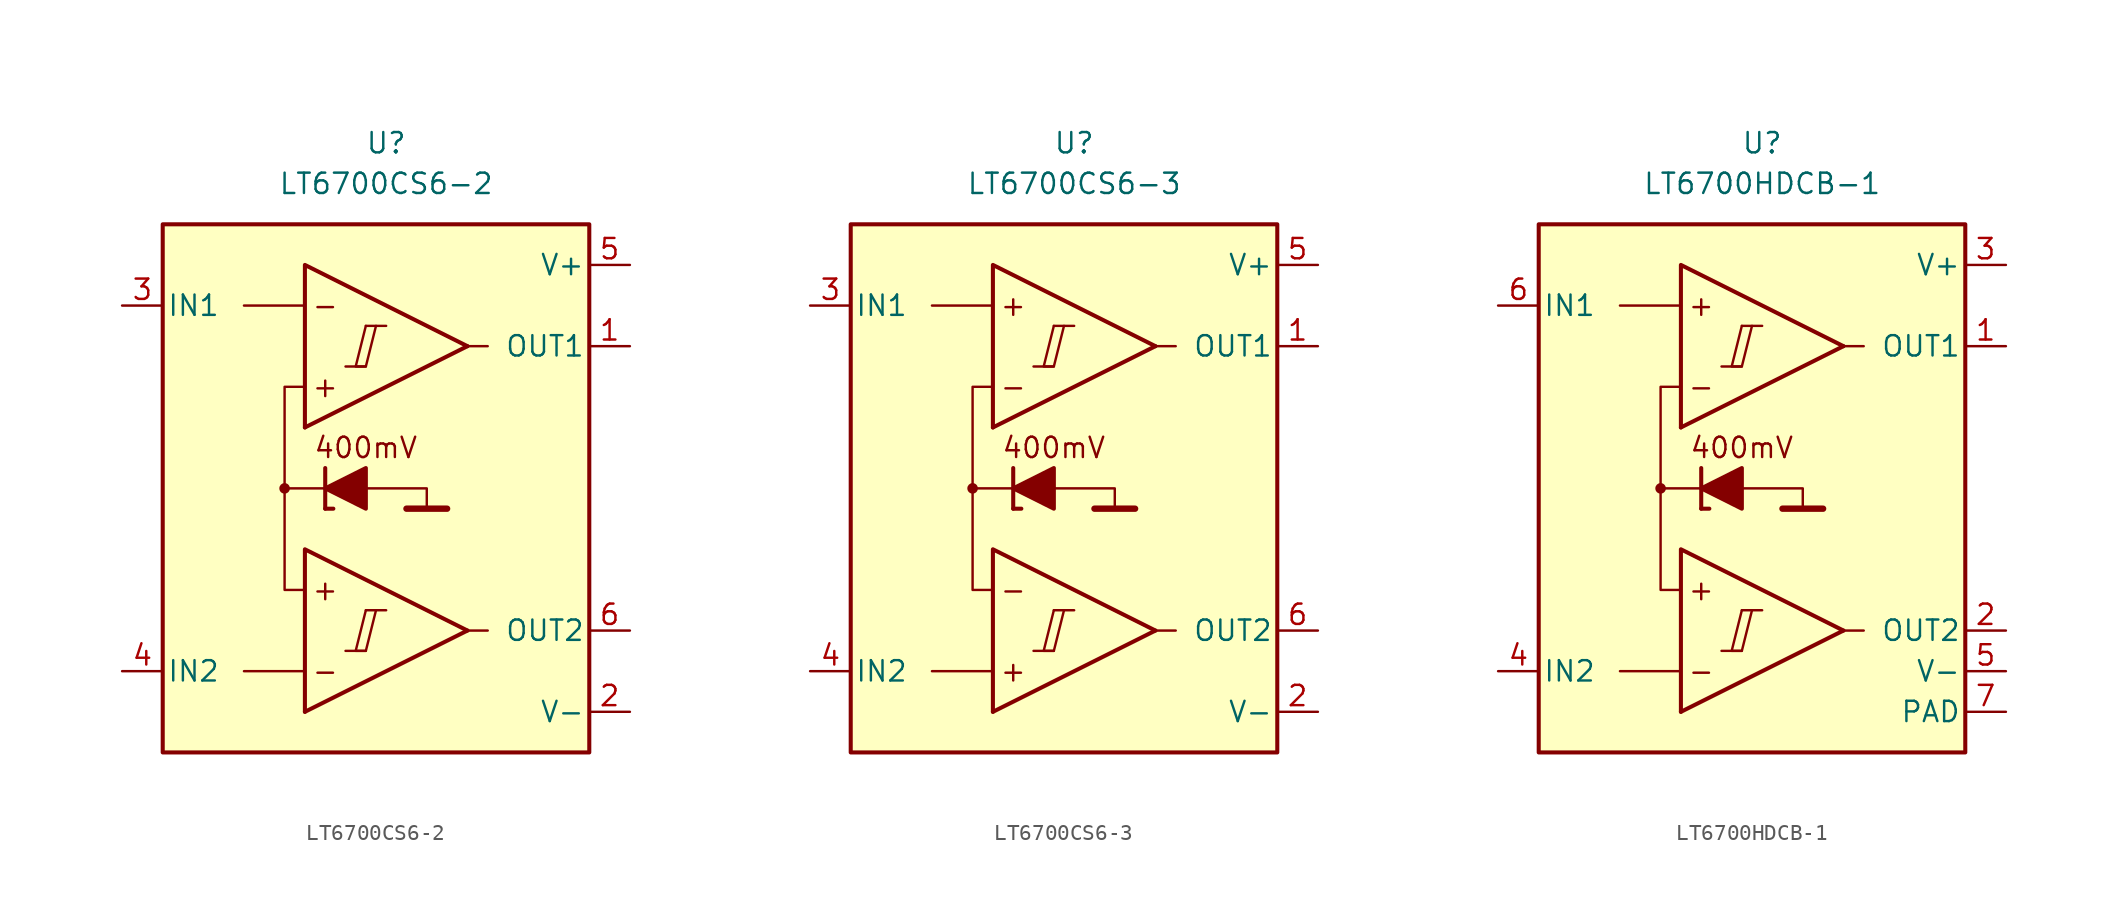
<source format=kicad_sym>
(kicad_symbol_lib
  (version 20231120)
  (generator "kicad_symbol_editor")
  (generator_version "8.0")
  (symbol "LT6700CS6-2"
    (pin_names
      (offset 0.254))
    (property "Reference" "U"
      (at 0 22.86 0)
      (effects (font (size 1.27 1.27))))
    (property "Value" "LT6700CS6-2"
      (at 0 20.32 0)
      (effects (font (size 1.27 1.27))))
    (symbol "LT6700CS6-2_0_0"
      (rectangle (start -13.97 17.78) (end 12.7 -15.24) (stroke (width 0.254) (type default)) (fill (type background)))
      (circle (center -6.35 1.27) (radius 0.254) (stroke (width 0.152) (type default)) (fill (type outline)))
      (polyline (pts (xy -2.54 -8.89) (xy -1.27 -8.89)) (stroke (width 0.152) (type default)) (fill (type none)))
      (polyline (pts (xy -2.54 8.89) (xy -1.27 8.89)) (stroke (width 0.152) (type default)) (fill (type none)))
      (polyline (pts (xy -1.27 -6.35) (xy 0 -6.35)) (stroke (width 0.152) (type default)) (fill (type none)))
      (polyline (pts (xy -1.27 11.43) (xy 0 11.43)) (stroke (width 0.152) (type default)) (fill (type none)))
      (polyline (pts (xy 5.08 -7.62) (xy -5.08 -12.7)) (stroke (width 0.254) (type default)) (fill (type none)))
      (polyline (pts (xy 5.08 10.16) (xy -5.08 5.08)) (stroke (width 0.254) (type default)) (fill (type none)))
      (polyline (pts (xy 5.08 -7.62) (xy -5.08 -2.54) (xy -5.08 -12.7)) (stroke (width 0.254) (type default)) (fill (type background)))
      (polyline (pts (xy 5.08 10.16) (xy -5.08 15.24) (xy -5.08 5.08)) (stroke (width 0.254) (type default)) (fill (type background)))
      (polyline (pts (xy -1.27 -6.35) (xy -1.905 -8.89) (xy -1.27 -8.89) (xy -0.635 -6.35)) (stroke (width 0.152) (type default)) (fill (type none)))
      (polyline (pts (xy -1.27 11.43) (xy -1.905 8.89) (xy -1.27 8.89) (xy -0.635 11.43)) (stroke (width 0.152) (type default)) (fill (type none)))
      (text "+" (at -3.81 -5.08 0) (effects (font (size 1.27 1.27))))
      (text "+" (at -3.81 7.62 0) (effects (font (size 1.27 1.27))))
      (text "-" (at -3.81 -10.16 0) (effects (font (size 1.27 1.27))))
      (text "-" (at -3.81 12.7 0) (effects (font (size 1.27 1.27)))))
    (symbol "LT6700CS6-2_0_1"
      (polyline (pts (xy -5.08 -10.16) (xy -8.89 -10.16)) (stroke (width 0) (type default)) (fill (type none)))
      (polyline (pts (xy -5.08 12.7) (xy -8.89 12.7)) (stroke (width 0) (type default)) (fill (type none)))
      (polyline (pts (xy -3.81 0) (xy -3.81 2.54)) (stroke (width 0.254) (type default)) (fill (type none)))
      (polyline (pts (xy -3.81 0) (xy -3.302 0)) (stroke (width 0.254) (type default)) (fill (type none)))
      (polyline (pts (xy -3.81 1.27) (xy -6.35 1.27)) (stroke (width 0.152) (type default)) (fill (type none)))
      (polyline (pts (xy 1.27 0) (xy 3.81 0)) (stroke (width 0.4) (type default)) (fill (type none)))
      (polyline (pts (xy 5.08 -7.62) (xy 6.35 -7.62)) (stroke (width 0) (type default)) (fill (type none)))
      (polyline (pts (xy 5.08 10.16) (xy 6.35 10.16)) (stroke (width 0) (type default)) (fill (type none)))
      (polyline (pts (xy -1.27 1.27) (xy 2.54 1.27) (xy 2.54 0)) (stroke (width 0.152) (type default)) (fill (type none)))
      (polyline (pts (xy -5.08 -5.08) (xy -6.35 -5.08) (xy -6.35 7.62) (xy -5.08 7.62)) (stroke (width 0.152) (type default)) (fill (type none)))
      (polyline (pts (xy -1.27 2.54) (xy -1.27 0) (xy -3.81 1.27) (xy -1.27 2.54)) (stroke (width 0.254) (type default)) (fill (type outline))))
    (symbol "LT6700CS6-2_1_0"
      (text "400mV" (at -1.27 3.81 0) (effects (font (size 1.27 1.27)))))
    (symbol "LT6700CS6-2_1_1"
      (pin output line (at 15.24 10.16 180) (length 2.54) (name "OUT1" (effects (font (size 1.27 1.27)))) (number "1" (effects (font (size 1.27 1.27)))))
      (pin power_in line (at 15.24 -12.7 180) (length 2.54) (name "V-" (effects (font (size 1.27 1.27)))) (number "2" (effects (font (size 1.27 1.27)))))
      (pin input line (at -16.51 12.7 0) (length 2.54) (name "IN1" (effects (font (size 1.27 1.27)))) (number "3" (effects (font (size 1.27 1.27)))))
      (pin input line (at -16.51 -10.16 0) (length 2.54) (name "IN2" (effects (font (size 1.27 1.27)))) (number "4" (effects (font (size 1.27 1.27)))))
      (pin power_in line (at 15.24 15.24 180) (length 2.54) (name "V+" (effects (font (size 1.27 1.27)))) (number "5" (effects (font (size 1.27 1.27)))))
      (pin output line (at 15.24 -7.62 180) (length 2.54) (name "OUT2" (effects (font (size 1.27 1.27)))) (number "6" (effects (font (size 1.27 1.27)))))))
  (symbol "LT6700CS6-3"
    (pin_names
      (offset 0.254))
    (property "Reference" "U"
      (at 0 22.86 0)
      (effects (font (size 1.27 1.27))))
    (property "Value" "LT6700CS6-3"
      (at 0 20.32 0)
      (effects (font (size 1.27 1.27))))
    (symbol "LT6700CS6-3_0_0"
      (rectangle (start -13.97 17.78) (end 12.7 -15.24) (stroke (width 0.254) (type default)) (fill (type background)))
      (circle (center -6.35 1.27) (radius 0.254) (stroke (width 0.152) (type default)) (fill (type outline)))
      (polyline (pts (xy -2.54 -8.89) (xy -1.27 -8.89)) (stroke (width 0.152) (type default)) (fill (type none)))
      (polyline (pts (xy -2.54 8.89) (xy -1.27 8.89)) (stroke (width 0.152) (type default)) (fill (type none)))
      (polyline (pts (xy -1.27 -6.35) (xy 0 -6.35)) (stroke (width 0.152) (type default)) (fill (type none)))
      (polyline (pts (xy -1.27 11.43) (xy 0 11.43)) (stroke (width 0.152) (type default)) (fill (type none)))
      (polyline (pts (xy 5.08 -7.62) (xy -5.08 -12.7)) (stroke (width 0.254) (type default)) (fill (type none)))
      (polyline (pts (xy 5.08 10.16) (xy -5.08 5.08)) (stroke (width 0.254) (type default)) (fill (type none)))
      (polyline (pts (xy 5.08 -7.62) (xy -5.08 -2.54) (xy -5.08 -12.7)) (stroke (width 0.254) (type default)) (fill (type background)))
      (polyline (pts (xy 5.08 10.16) (xy -5.08 15.24) (xy -5.08 5.08)) (stroke (width 0.254) (type default)) (fill (type background)))
      (polyline (pts (xy -1.27 -6.35) (xy -1.905 -8.89) (xy -1.27 -8.89) (xy -0.635 -6.35)) (stroke (width 0.152) (type default)) (fill (type none)))
      (polyline (pts (xy -1.27 11.43) (xy -1.905 8.89) (xy -1.27 8.89) (xy -0.635 11.43)) (stroke (width 0.152) (type default)) (fill (type none)))
      (text "+" (at -3.81 -10.16 0) (effects (font (size 1.27 1.27))))
      (text "+" (at -3.81 12.7 0) (effects (font (size 1.27 1.27))))
      (text "-" (at -3.81 -5.08 0) (effects (font (size 1.27 1.27))))
      (text "-" (at -3.81 7.62 0) (effects (font (size 1.27 1.27)))))
    (symbol "LT6700CS6-3_0_1"
      (polyline (pts (xy -5.08 -10.16) (xy -8.89 -10.16)) (stroke (width 0) (type default)) (fill (type none)))
      (polyline (pts (xy -5.08 12.7) (xy -8.89 12.7)) (stroke (width 0) (type default)) (fill (type none)))
      (polyline (pts (xy -3.81 0) (xy -3.81 2.54)) (stroke (width 0.254) (type default)) (fill (type none)))
      (polyline (pts (xy -3.81 0) (xy -3.302 0)) (stroke (width 0.254) (type default)) (fill (type none)))
      (polyline (pts (xy -3.81 1.27) (xy -6.35 1.27)) (stroke (width 0.152) (type default)) (fill (type none)))
      (polyline (pts (xy 1.27 0) (xy 3.81 0)) (stroke (width 0.4) (type default)) (fill (type none)))
      (polyline (pts (xy 5.08 -7.62) (xy 6.35 -7.62)) (stroke (width 0) (type default)) (fill (type none)))
      (polyline (pts (xy 5.08 10.16) (xy 6.35 10.16)) (stroke (width 0) (type default)) (fill (type none)))
      (polyline (pts (xy -1.27 1.27) (xy 2.54 1.27) (xy 2.54 0)) (stroke (width 0.152) (type default)) (fill (type none)))
      (polyline (pts (xy -5.08 -5.08) (xy -6.35 -5.08) (xy -6.35 7.62) (xy -5.08 7.62)) (stroke (width 0.152) (type default)) (fill (type none)))
      (polyline (pts (xy -1.27 2.54) (xy -1.27 0) (xy -3.81 1.27) (xy -1.27 2.54)) (stroke (width 0.254) (type default)) (fill (type outline))))
    (symbol "LT6700CS6-3_1_0"
      (text "400mV" (at -1.27 3.81 0) (effects (font (size 1.27 1.27)))))
    (symbol "LT6700CS6-3_1_1"
      (pin output line (at 15.24 10.16 180) (length 2.54) (name "OUT1" (effects (font (size 1.27 1.27)))) (number "1" (effects (font (size 1.27 1.27)))))
      (pin power_in line (at 15.24 -12.7 180) (length 2.54) (name "V-" (effects (font (size 1.27 1.27)))) (number "2" (effects (font (size 1.27 1.27)))))
      (pin input line (at -16.51 12.7 0) (length 2.54) (name "IN1" (effects (font (size 1.27 1.27)))) (number "3" (effects (font (size 1.27 1.27)))))
      (pin input line (at -16.51 -10.16 0) (length 2.54) (name "IN2" (effects (font (size 1.27 1.27)))) (number "4" (effects (font (size 1.27 1.27)))))
      (pin power_in line (at 15.24 15.24 180) (length 2.54) (name "V+" (effects (font (size 1.27 1.27)))) (number "5" (effects (font (size 1.27 1.27)))))
      (pin output line (at 15.24 -7.62 180) (length 2.54) (name "OUT2" (effects (font (size 1.27 1.27)))) (number "6" (effects (font (size 1.27 1.27)))))))
  (symbol "LT6700HDCB-1"
    (pin_names
      (offset 0.254))
    (property "Reference" "U"
      (at 0 22.86 0)
      (effects (font (size 1.27 1.27))))
    (property "Value" "LT6700HDCB-1"
      (at 0 20.32 0)
      (effects (font (size 1.27 1.27))))
    (symbol "LT6700HDCB-1_0_0"
      (rectangle (start -13.97 17.78) (end 12.7 -15.24) (stroke (width 0.254) (type default)) (fill (type background)))
      (circle (center -6.35 1.27) (radius 0.254) (stroke (width 0.152) (type default)) (fill (type outline)))
      (polyline (pts (xy -2.54 -8.89) (xy -1.27 -8.89)) (stroke (width 0.152) (type default)) (fill (type none)))
      (polyline (pts (xy -2.54 8.89) (xy -1.27 8.89)) (stroke (width 0.152) (type default)) (fill (type none)))
      (polyline (pts (xy -1.27 -6.35) (xy 0 -6.35)) (stroke (width 0.152) (type default)) (fill (type none)))
      (polyline (pts (xy -1.27 11.43) (xy 0 11.43)) (stroke (width 0.152) (type default)) (fill (type none)))
      (polyline (pts (xy 5.08 -7.62) (xy -5.08 -12.7)) (stroke (width 0.254) (type default)) (fill (type none)))
      (polyline (pts (xy 5.08 10.16) (xy -5.08 5.08)) (stroke (width 0.254) (type default)) (fill (type none)))
      (polyline (pts (xy 5.08 -7.62) (xy -5.08 -2.54) (xy -5.08 -12.7)) (stroke (width 0.254) (type default)) (fill (type background)))
      (polyline (pts (xy 5.08 10.16) (xy -5.08 15.24) (xy -5.08 5.08)) (stroke (width 0.254) (type default)) (fill (type background)))
      (polyline (pts (xy -1.27 -6.35) (xy -1.905 -8.89) (xy -1.27 -8.89) (xy -0.635 -6.35)) (stroke (width 0.152) (type default)) (fill (type none)))
      (polyline (pts (xy -1.27 11.43) (xy -1.905 8.89) (xy -1.27 8.89) (xy -0.635 11.43)) (stroke (width 0.152) (type default)) (fill (type none)))
      (text "+" (at -3.81 -5.08 0) (effects (font (size 1.27 1.27))))
      (text "+" (at -3.81 12.7 0) (effects (font (size 1.27 1.27))))
      (text "-" (at -3.81 -10.16 0) (effects (font (size 1.27 1.27))))
      (text "-" (at -3.81 7.62 0) (effects (font (size 1.27 1.27)))))
    (symbol "LT6700HDCB-1_0_1"
      (polyline (pts (xy -5.08 -10.16) (xy -8.89 -10.16)) (stroke (width 0) (type default)) (fill (type none)))
      (polyline (pts (xy -5.08 12.7) (xy -8.89 12.7)) (stroke (width 0) (type default)) (fill (type none)))
      (polyline (pts (xy -3.81 0) (xy -3.81 2.54)) (stroke (width 0.254) (type default)) (fill (type none)))
      (polyline (pts (xy -3.81 0) (xy -3.302 0)) (stroke (width 0.254) (type default)) (fill (type none)))
      (polyline (pts (xy -3.81 1.27) (xy -6.35 1.27)) (stroke (width 0.152) (type default)) (fill (type none)))
      (polyline (pts (xy 1.27 0) (xy 3.81 0)) (stroke (width 0.4) (type default)) (fill (type none)))
      (polyline (pts (xy 5.08 -7.62) (xy 6.35 -7.62)) (stroke (width 0) (type default)) (fill (type none)))
      (polyline (pts (xy 5.08 10.16) (xy 6.35 10.16)) (stroke (width 0) (type default)) (fill (type none)))
      (polyline (pts (xy -1.27 1.27) (xy 2.54 1.27) (xy 2.54 0)) (stroke (width 0.152) (type default)) (fill (type none)))
      (polyline (pts (xy -5.08 -5.08) (xy -6.35 -5.08) (xy -6.35 7.62) (xy -5.08 7.62)) (stroke (width 0.152) (type default)) (fill (type none)))
      (polyline (pts (xy -1.27 2.54) (xy -1.27 0) (xy -3.81 1.27) (xy -1.27 2.54)) (stroke (width 0.254) (type default)) (fill (type outline))))
    (symbol "LT6700HDCB-1_1_0"
      (text "400mV" (at -1.27 3.81 0) (effects (font (size 1.27 1.27)))))
    (symbol "LT6700HDCB-1_1_1"
      (pin output line (at 15.24 10.16 180) (length 2.54) (name "OUT1" (effects (font (size 1.27 1.27)))) (number "1" (effects (font (size 1.27 1.27)))))
      (pin output line (at 15.24 -7.62 180) (length 2.54) (name "OUT2" (effects (font (size 1.27 1.27)))) (number "2" (effects (font (size 1.27 1.27)))))
      (pin power_in line (at 15.24 15.24 180) (length 2.54) (name "V+" (effects (font (size 1.27 1.27)))) (number "3" (effects (font (size 1.27 1.27)))))
      (pin input line (at -16.51 -10.16 0) (length 2.54) (name "IN2" (effects (font (size 1.27 1.27)))) (number "4" (effects (font (size 1.27 1.27)))))
      (pin power_in line (at 15.24 -10.16 180) (length 2.54) (name "V-" (effects (font (size 1.27 1.27)))) (number "5" (effects (font (size 1.27 1.27)))))
      (pin input line (at -16.51 12.7 0) (length 2.54) (name "IN1" (effects (font (size 1.27 1.27)))) (number "6" (effects (font (size 1.27 1.27)))))
      (pin power_in line (at 15.24 -12.7 180) (length 2.54) (name "PAD" (effects (font (size 1.27 1.27)))) (number "7" (effects (font (size 1.27 1.27))))))))
</source>
